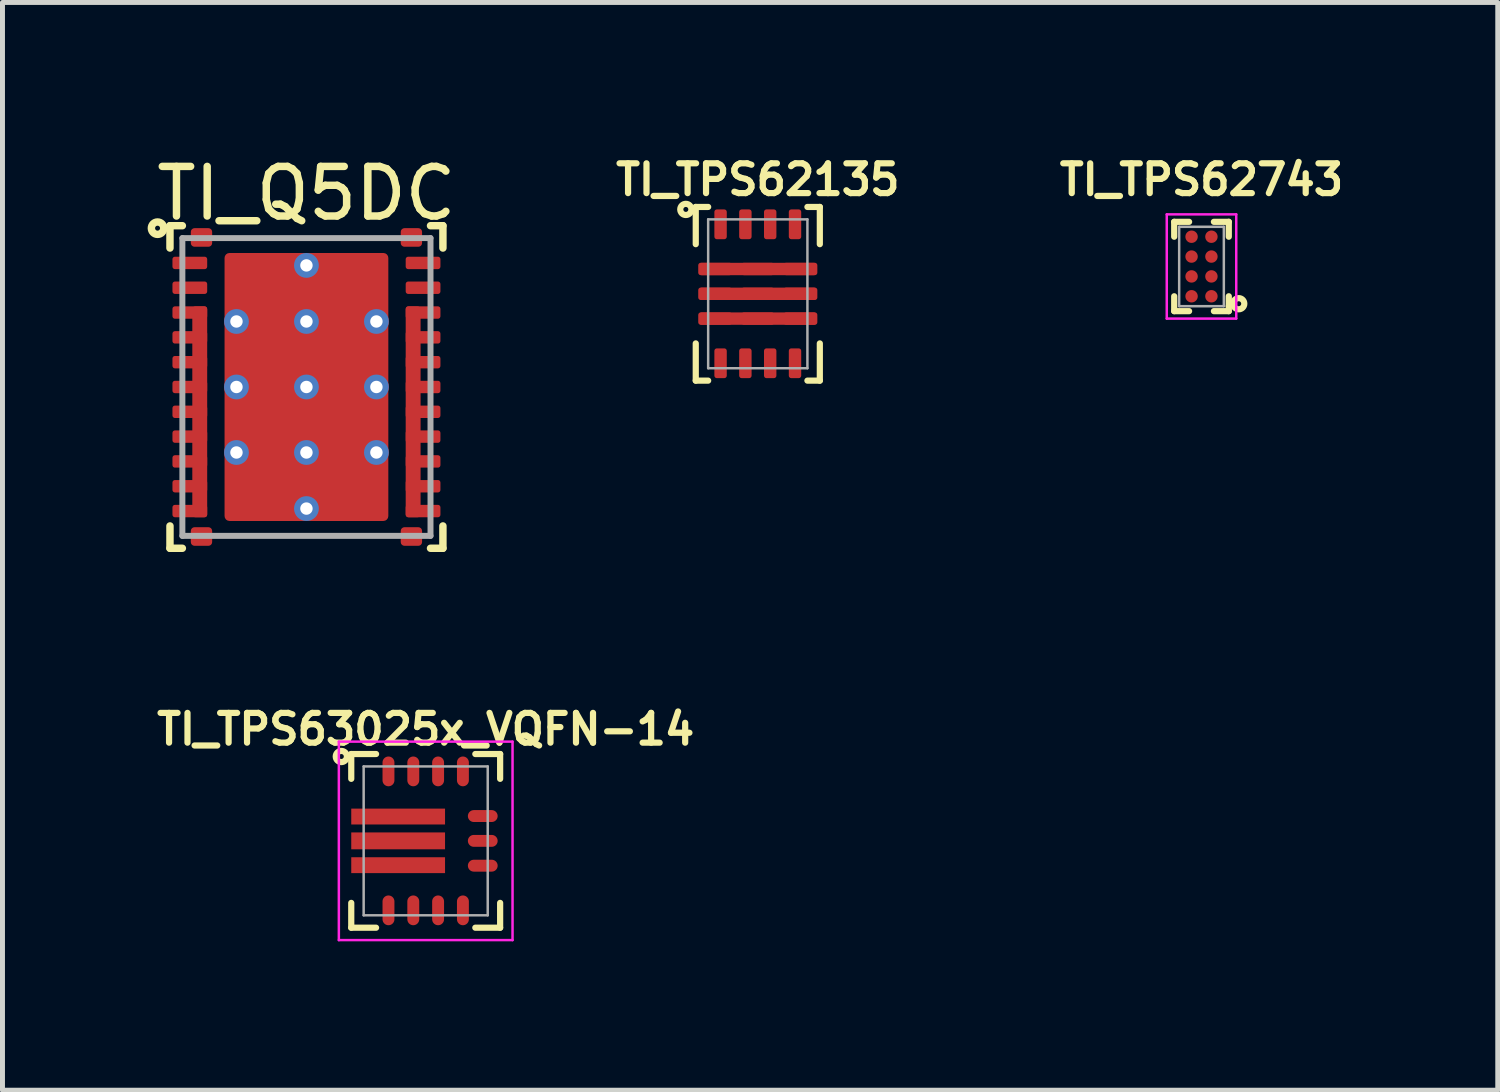
<source format=kicad_pcb>
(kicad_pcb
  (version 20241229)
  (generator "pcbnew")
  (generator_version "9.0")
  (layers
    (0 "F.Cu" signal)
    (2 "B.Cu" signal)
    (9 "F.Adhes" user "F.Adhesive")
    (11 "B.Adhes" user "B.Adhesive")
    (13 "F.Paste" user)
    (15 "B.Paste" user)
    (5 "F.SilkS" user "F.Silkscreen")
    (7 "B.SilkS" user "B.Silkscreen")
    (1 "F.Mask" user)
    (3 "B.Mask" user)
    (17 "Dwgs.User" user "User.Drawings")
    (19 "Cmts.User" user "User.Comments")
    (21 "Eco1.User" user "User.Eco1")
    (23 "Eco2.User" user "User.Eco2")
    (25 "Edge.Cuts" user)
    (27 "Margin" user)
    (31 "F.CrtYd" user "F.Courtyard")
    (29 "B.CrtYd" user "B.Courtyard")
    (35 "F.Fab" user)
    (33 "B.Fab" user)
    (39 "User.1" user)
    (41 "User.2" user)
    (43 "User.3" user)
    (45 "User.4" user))
  (footprint "TI_TPS62743"
    (layer "F.Cu")
    (at 21.161 2.32)
    (property "Reference" "TI_TPS62743" (at 0 -1.75 0) (layer "F.SilkS") (effects (font (size 0.6 0.6) (thickness 0.125))))
    (attr smd)
    (fp_line (start -0.55 -0.9) (end -0.55 -0.6) (stroke (width 0.125) (type solid)) (layer "F.SilkS"))
    (fp_line (start -0.55 -0.9) (end -0.25 -0.9) (stroke (width 0.125) (type solid)) (layer "F.SilkS"))
    (fp_line (start -0.55 0.9) (end -0.55 0.6) (stroke (width 0.125) (type solid)) (layer "F.SilkS"))
    (fp_line (start -0.55 0.9) (end -0.25 0.9) (stroke (width 0.125) (type solid)) (layer "F.SilkS"))
    (fp_line (start 0.55 -0.9) (end 0.25 -0.9) (stroke (width 0.125) (type solid)) (layer "F.SilkS"))
    (fp_line (start 0.55 -0.9) (end 0.55 -0.6) (stroke (width 0.125) (type solid)) (layer "F.SilkS"))
    (fp_line (start 0.55 0.8) (end 0.55 0.6) (stroke (width 0.125) (type solid)) (layer "F.SilkS"))
    (fp_line (start 0.55 0.9) (end 0.25 0.9) (stroke (width 0.125) (type solid)) (layer "F.SilkS"))
    (fp_line (start 0.55 0.9) (end 0.55 0.8) (stroke (width 0.125) (type solid)) (layer "F.SilkS"))
    (fp_circle (center 0.75 0.75) (end 0.8 0.75) (stroke (width 0.125) (type solid)) (fill no) (layer "F.SilkS"))
    (fp_line (start -0.7 -1.05) (end 0.7 -1.05) (stroke (width 0.05) (type solid)) (layer "F.CrtYd"))
    (fp_line (start -0.7 1.05) (end -0.7 -1.05) (stroke (width 0.05) (type solid)) (layer "F.CrtYd"))
    (fp_line (start 0.7 -1.05) (end 0.7 1.05) (stroke (width 0.05) (type solid)) (layer "F.CrtYd"))
    (fp_line (start 0.7 1.05) (end -0.7 1.05) (stroke (width 0.05) (type solid)) (layer "F.CrtYd"))
    (fp_line (start -0.45 -0.8) (end -0.45 0.8) (stroke (width 0.05) (type solid)) (layer "F.Fab"))
    (fp_line (start 0.45 -0.8) (end -0.45 -0.8) (stroke (width 0.05) (type solid)) (layer "F.Fab"))
    (fp_line (start 0.45 0.8) (end -0.45 0.8) (stroke (width 0.05) (type solid)) (layer "F.Fab"))
    (fp_line (start 0.45 0.8) (end 0.45 -0.8) (stroke (width 0.05) (type solid)) (layer "F.Fab"))
    (pad "A1" smd circle (at 0.2 0.6) (size 0.25 0.25) (layers "F.Cu" "F.Mask" "F.Paste"))
    (pad "A2" smd circle (at -0.2 0.6) (size 0.25 0.25) (layers "F.Cu" "F.Mask" "F.Paste"))
    (pad "B1" smd circle (at 0.2 0.2) (size 0.25 0.25) (layers "F.Cu" "F.Mask" "F.Paste"))
    (pad "B2" smd circle (at -0.2 0.2) (size 0.25 0.25) (layers "F.Cu" "F.Mask" "F.Paste"))
    (pad "C1" smd circle (at 0.2 -0.2) (size 0.25 0.25) (layers "F.Cu" "F.Mask" "F.Paste"))
    (pad "C2" smd circle (at -0.2 -0.2) (size 0.25 0.25) (layers "F.Cu" "F.Mask" "F.Paste"))
    (pad "D1" smd circle (at 0.2 -0.6) (size 0.25 0.25) (layers "F.Cu" "F.Mask" "F.Paste"))
    (pad "D2" smd circle (at -0.2 -0.6) (size 0.25 0.25) (layers "F.Cu" "F.Mask" "F.Paste")))
  (footprint "TI_Q5DC"
    (layer "F.Cu")
    (at 3.125 4.748)
    (property "Reference" "TI_Q5DC" (at 0 -3.9 0) (layer "F.SilkS") (effects (font (size 1 1) (thickness 0.15))))
    (attr smd)
    (fp_line (start -2.75 -3.25) (end -2.75 -2.8) (stroke (width 0.15) (type solid)) (layer "F.SilkS"))
    (fp_line (start -2.75 -3.25) (end -2.5 -3.25) (stroke (width 0.15) (type solid)) (layer "F.SilkS"))
    (fp_line (start -2.75 3.25) (end -2.75 2.8) (stroke (width 0.15) (type solid)) (layer "F.SilkS"))
    (fp_line (start -2.75 3.25) (end -2.5 3.25) (stroke (width 0.15) (type solid)) (layer "F.SilkS"))
    (fp_line (start 2.75 -3.25) (end 2.5 -3.25) (stroke (width 0.15) (type solid)) (layer "F.SilkS"))
    (fp_line (start 2.75 -3.25) (end 2.75 -2.8) (stroke (width 0.15) (type solid)) (layer "F.SilkS"))
    (fp_line (start 2.75 3.25) (end 2.5 3.25) (stroke (width 0.15) (type solid)) (layer "F.SilkS"))
    (fp_line (start 2.75 3.25) (end 2.75 2.8) (stroke (width 0.15) (type solid)) (layer "F.SilkS"))
    (fp_circle (center -3 -3.2) (end -3 -3.25) (stroke (width 0.15) (type solid)) (fill no) (layer "F.SilkS"))
    (fp_line (start -2.5 -3) (end 2.5 -3) (stroke (width 0.12) (type solid)) (layer "F.Fab"))
    (fp_line (start -2.5 3) (end -2.5 -3) (stroke (width 0.12) (type solid)) (layer "F.Fab"))
    (fp_line (start 2.5 -3) (end 2.5 3) (stroke (width 0.12) (type solid)) (layer "F.Fab"))
    (fp_line (start 2.5 3) (end -2.5 3) (stroke (width 0.12) (type solid)) (layer "F.Fab"))
    (pad "" smd roundrect (at -0.81 -1.98) (size 1.41 1.12) (layers "F.Paste") (roundrect_rratio 0.089))
    (pad "" smd roundrect (at -0.81 -0.66) (size 1.41 1.12) (layers "F.Paste") (roundrect_rratio 0.089))
    (pad "" smd roundrect (at -0.81 0.66) (size 1.41 1.12) (layers "F.Paste") (roundrect_rratio 0.089))
    (pad "" smd roundrect (at -0.81 1.98) (size 1.41 1.12) (layers "F.Paste") (roundrect_rratio 0.089))
    (pad "" smd roundrect (at 0.81 -1.98) (size 1.41 1.12) (layers "F.Paste") (roundrect_rratio 0.089))
    (pad "" smd roundrect (at 0.81 -0.66) (size 1.41 1.12) (layers "F.Paste") (roundrect_rratio 0.089))
    (pad "" smd roundrect (at 0.81 0.66) (size 1.41 1.12) (layers "F.Paste") (roundrect_rratio 0.089))
    (pad "" smd roundrect (at 0.81 1.98) (size 1.41 1.12) (layers "F.Paste") (roundrect_rratio 0.089))
    (pad "GH" smd roundrect (at -2.35 -2.5) (size 0.7 0.25) (layers "F.Cu" "F.Mask" "F.Paste") (roundrect_rratio 0.2))
    (pad "GL" smd roundrect (at 2.35 -2.5) (size 0.7 0.25) (layers "F.Cu" "F.Mask" "F.Paste") (roundrect_rratio 0.2))
    (pad "NC" smd roundrect (at -2.115 -3.013) (size 0.43 0.375) (layers "F.Cu" "F.Mask" "F.Paste") (roundrect_rratio 0.2))
    (pad "NC" smd roundrect (at -2.115 3.013) (size 0.43 0.375) (layers "F.Cu" "F.Mask" "F.Paste") (roundrect_rratio 0.2))
    (pad "NC" smd roundrect (at 2.115 -3.013) (size 0.43 0.375) (layers "F.Cu" "F.Mask" "F.Paste") (roundrect_rratio 0.2))
    (pad "NC" smd roundrect (at 2.115 3.013) (size 0.43 0.375) (layers "F.Cu" "F.Mask" "F.Paste") (roundrect_rratio 0.2))
    (pad "NC" smd roundrect (at 2.35 -2) (size 0.7 0.25) (layers "F.Cu" "F.Mask" "F.Paste") (roundrect_rratio 0.2))
    (pad "PGND" smd roundrect (at 2.15 0.5) (size 0.3 4.25) (layers "F.Cu" "F.Mask" "F.Paste") (roundrect_rratio 0.2))
    (pad "PGND" smd roundrect (at 2.35 -1.5) (size 0.7 0.25) (layers "F.Cu" "F.Mask" "F.Paste") (roundrect_rratio 0.2))
    (pad "PGND" smd roundrect (at 2.35 -1) (size 0.7 0.25) (layers "F.Cu" "F.Mask" "F.Paste") (roundrect_rratio 0.2))
    (pad "PGND" smd roundrect (at 2.35 -0.5) (size 0.7 0.25) (layers "F.Cu" "F.Mask" "F.Paste") (roundrect_rratio 0.2))
    (pad "PGND" smd roundrect (at 2.35 0) (size 0.7 0.25) (layers "F.Cu" "F.Mask" "F.Paste") (roundrect_rratio 0.2))
    (pad "PGND" smd roundrect (at 2.35 0.5) (size 0.7 0.25) (layers "F.Cu" "F.Mask" "F.Paste") (roundrect_rratio 0.2))
    (pad "PGND" smd roundrect (at 2.35 1) (size 0.7 0.25) (layers "F.Cu" "F.Mask" "F.Paste") (roundrect_rratio 0.2))
    (pad "PGND" smd roundrect (at 2.35 1.5) (size 0.7 0.25) (layers "F.Cu" "F.Mask" "F.Paste") (roundrect_rratio 0.2))
    (pad "PGND" smd roundrect (at 2.35 2) (size 0.7 0.25) (layers "F.Cu" "F.Mask" "F.Paste") (roundrect_rratio 0.2))
    (pad "PGND" smd roundrect (at 2.35 2.5) (size 0.7 0.25) (layers "F.Cu" "F.Mask" "F.Paste") (roundrect_rratio 0.2))
    (pad "SH" smd roundrect (at -2.35 -2) (size 0.7 0.25) (layers "F.Cu" "F.Mask" "F.Paste") (roundrect_rratio 0.2))
    (pad "VIN" thru_hole circle (at -1.41 -1.32) (size 0.5 0.5) (drill 0.25) (layers "*.Cu" "F.Mask"))
    (pad "VIN" thru_hole circle (at -1.41 0) (size 0.5 0.5) (drill 0.25) (layers "*.Cu" "F.Mask"))
    (pad "VIN" thru_hole circle (at -1.41 1.32) (size 0.5 0.5) (drill 0.25) (layers "*.Cu" "F.Mask"))
    (pad "VIN" thru_hole circle (at 0 -2.45) (size 0.5 0.5) (drill 0.25) (layers "*.Cu" "F.Mask"))
    (pad "VIN" thru_hole circle (at 0 -1.32) (size 0.5 0.5) (drill 0.25) (layers "*.Cu" "F.Mask"))
    (pad "VIN" thru_hole circle (at 0 0) (size 0.5 0.5) (drill 0.25) (layers "*.Cu" "F.Mask"))
    (pad "VIN" smd roundrect (at 0 0) (size 3.3 5.4) (layers "F.Cu" "F.Mask") (roundrect_rratio 0.03))
    (pad "VIN" thru_hole circle (at 0 1.32) (size 0.5 0.5) (drill 0.25) (layers "*.Cu" "F.Mask"))
    (pad "VIN" thru_hole circle (at 0 2.45) (size 0.5 0.5) (drill 0.25) (layers "*.Cu" "F.Mask"))
    (pad "VIN" thru_hole circle (at 1.41 -1.32) (size 0.5 0.5) (drill 0.25) (layers "*.Cu" "F.Mask"))
    (pad "VIN" thru_hole circle (at 1.41 0) (size 0.5 0.5) (drill 0.25) (layers "*.Cu" "F.Mask"))
    (pad "VIN" thru_hole circle (at 1.41 1.32) (size 0.5 0.5) (drill 0.25) (layers "*.Cu" "F.Mask"))
    (pad "VSW" smd roundrect (at -2.35 -1.5) (size 0.7 0.25) (layers "F.Cu" "F.Mask" "F.Paste") (roundrect_rratio 0.2))
    (pad "VSW" smd roundrect (at -2.35 -1) (size 0.7 0.25) (layers "F.Cu" "F.Mask" "F.Paste") (roundrect_rratio 0.2))
    (pad "VSW" smd roundrect (at -2.35 -0.5) (size 0.7 0.25) (layers "F.Cu" "F.Mask" "F.Paste") (roundrect_rratio 0.2))
    (pad "VSW" smd roundrect (at -2.35 0) (size 0.7 0.25) (layers "F.Cu" "F.Mask" "F.Paste") (roundrect_rratio 0.2))
    (pad "VSW" smd roundrect (at -2.35 0.5) (size 0.7 0.25) (layers "F.Cu" "F.Mask" "F.Paste") (roundrect_rratio 0.2))
    (pad "VSW" smd roundrect (at -2.35 1) (size 0.7 0.25) (layers "F.Cu" "F.Mask" "F.Paste") (roundrect_rratio 0.2))
    (pad "VSW" smd roundrect (at -2.35 1.5) (size 0.7 0.25) (layers "F.Cu" "F.Mask" "F.Paste") (roundrect_rratio 0.2))
    (pad "VSW" smd roundrect (at -2.35 2) (size 0.7 0.25) (layers "F.Cu" "F.Mask" "F.Paste") (roundrect_rratio 0.2))
    (pad "VSW" smd roundrect (at -2.35 2.5) (size 0.7 0.25) (layers "F.Cu" "F.Mask" "F.Paste") (roundrect_rratio 0.2))
    (pad "VSW" smd roundrect (at -2.15 0.5) (size 0.3 4.25) (layers "F.Cu" "F.Mask" "F.Paste") (roundrect_rratio 0.2)))
  (footprint "TI_TPS62135"
    (layer "F.Cu")
    (at 12.22 2.87)
    (property "Reference" "TI_TPS62135" (at 0 -2.3 0) (layer "F.SilkS") (effects (font (size 0.6 0.6) (thickness 0.125))))
    (attr smd)
    (fp_line (start -1.25 -1.75) (end -1.25 -1) (stroke (width 0.125) (type solid)) (layer "F.SilkS"))
    (fp_line (start -1.25 -1.75) (end -1 -1.75) (stroke (width 0.125) (type solid)) (layer "F.SilkS"))
    (fp_line (start -1.25 1.75) (end -1.25 1) (stroke (width 0.125) (type solid)) (layer "F.SilkS"))
    (fp_line (start -1 1.75) (end -1.25 1.75) (stroke (width 0.125) (type solid)) (layer "F.SilkS"))
    (fp_line (start 1 -1.75) (end 1.25 -1.75) (stroke (width 0.125) (type solid)) (layer "F.SilkS"))
    (fp_line (start 1 1.75) (end 1.25 1.75) (stroke (width 0.125) (type solid)) (layer "F.SilkS"))
    (fp_line (start 1.25 -1.75) (end 1.25 -1) (stroke (width 0.125) (type solid)) (layer "F.SilkS"))
    (fp_line (start 1.25 1.75) (end 1.25 1) (stroke (width 0.125) (type solid)) (layer "F.SilkS"))
    (fp_circle (center -1.45 -1.7) (end -1.45 -1.75) (stroke (width 0.125) (type solid)) (fill no) (layer "F.SilkS"))
    (fp_line (start -1 -1.5) (end -1 1.5) (stroke (width 0.05) (type solid)) (layer "F.Fab"))
    (fp_line (start -1 1.5) (end 1 1.5) (stroke (width 0.05) (type solid)) (layer "F.Fab"))
    (fp_line (start 1 -1.5) (end -1 -1.5) (stroke (width 0.05) (type solid)) (layer "F.Fab"))
    (fp_line (start 1 1.5) (end 1 -1.5) (stroke (width 0.05) (type solid)) (layer "F.Fab"))
    (pad "1" smd roundrect (at -0.85 -0.5) (size 0.66 0.25) (layers "F.Cu" "F.Mask" "F.Paste") (roundrect_rratio 0.2))
    (pad "1" smd roundrect (at 0 -0.5) (size 0.66 0.25) (layers "F.Cu" "F.Mask" "F.Paste") (roundrect_rratio 0.2))
    (pad "1" smd roundrect (at 0 -0.5) (size 2.4 0.25) (layers "F.Cu" "F.Mask") (roundrect_rratio 0.2))
    (pad "1" smd roundrect (at 0.85 -0.5) (size 0.66 0.25) (layers "F.Cu" "F.Mask" "F.Paste") (roundrect_rratio 0.2))
    (pad "2" smd roundrect (at -0.85 0) (size 0.66 0.25) (layers "F.Cu" "F.Mask" "F.Paste") (roundrect_rratio 0.2))
    (pad "2" smd roundrect (at 0 0) (size 0.66 0.25) (layers "F.Cu" "F.Mask" "F.Paste") (roundrect_rratio 0.2))
    (pad "2" smd roundrect (at 0 0) (size 2.4 0.25) (layers "F.Cu" "F.Mask") (roundrect_rratio 0.2))
    (pad "2" smd roundrect (at 0.85 0) (size 0.66 0.25) (layers "F.Cu" "F.Mask" "F.Paste") (roundrect_rratio 0.2))
    (pad "3" smd roundrect (at -0.85 0.5) (size 0.66 0.25) (layers "F.Cu" "F.Mask" "F.Paste") (roundrect_rratio 0.2))
    (pad "3" smd roundrect (at 0 0.5) (size 0.66 0.25) (layers "F.Cu" "F.Mask" "F.Paste") (roundrect_rratio 0.2))
    (pad "3" smd roundrect (at 0 0.5) (size 2.4 0.25) (layers "F.Cu" "F.Mask") (roundrect_rratio 0.2))
    (pad "3" smd roundrect (at 0.85 0.5) (size 0.66 0.25) (layers "F.Cu" "F.Mask" "F.Paste") (roundrect_rratio 0.2))
    (pad "4" smd roundrect (at -0.75 1.4) (size 0.25 0.6) (layers "F.Cu" "F.Mask" "F.Paste") (roundrect_rratio 0.2))
    (pad "5" smd roundrect (at -0.25 1.4) (size 0.25 0.6) (layers "F.Cu" "F.Mask" "F.Paste") (roundrect_rratio 0.2))
    (pad "6" smd roundrect (at 0.25 1.4) (size 0.25 0.6) (layers "F.Cu" "F.Mask" "F.Paste") (roundrect_rratio 0.2))
    (pad "7" smd roundrect (at 0.75 1.4) (size 0.25 0.6) (layers "F.Cu" "F.Mask" "F.Paste") (roundrect_rratio 0.2))
    (pad "8" smd roundrect (at 0.75 -1.4) (size 0.25 0.6) (layers "F.Cu" "F.Mask" "F.Paste") (roundrect_rratio 0.2))
    (pad "9" smd roundrect (at 0.25 -1.4) (size 0.25 0.6) (layers "F.Cu" "F.Mask" "F.Paste") (roundrect_rratio 0.2))
    (pad "10" smd roundrect (at -0.25 -1.4) (size 0.25 0.6) (layers "F.Cu" "F.Mask" "F.Paste") (roundrect_rratio 0.2))
    (pad "11" smd roundrect (at -0.75 -1.4) (size 0.25 0.6) (layers "F.Cu" "F.Mask" "F.Paste") (roundrect_rratio 0.2)))
  (footprint "TI_TPS63025x_VQFN-14"
    (layer "F.Cu")
    (at 5.528 13.894)
    (property "Reference" "TI_TPS63025x_VQFN-14" (at 0 -2.25 0) (layer "F.SilkS") (effects (font (size 0.6 0.6) (thickness 0.125))))
    (attr smd)
    (fp_line (start -1.5 -1.75) (end -1.5 -1.25) (stroke (width 0.125) (type solid)) (layer "F.SilkS"))
    (fp_line (start -1.5 -1.75) (end -1 -1.75) (stroke (width 0.125) (type solid)) (layer "F.SilkS"))
    (fp_line (start -1.5 1.75) (end -1.5 1.25) (stroke (width 0.125) (type solid)) (layer "F.SilkS"))
    (fp_line (start -1 1.75) (end -1.5 1.75) (stroke (width 0.125) (type solid)) (layer "F.SilkS"))
    (fp_line (start 1 -1.75) (end 1.5 -1.75) (stroke (width 0.125) (type solid)) (layer "F.SilkS"))
    (fp_line (start 1.5 -1.75) (end 1.5 -1.25) (stroke (width 0.125) (type solid)) (layer "F.SilkS"))
    (fp_line (start 1.5 1.25) (end 1.5 1.75) (stroke (width 0.125) (type solid)) (layer "F.SilkS"))
    (fp_line (start 1.5 1.75) (end 1 1.75) (stroke (width 0.125) (type solid)) (layer "F.SilkS"))
    (fp_circle (center -1.7 -1.7) (end -1.7 -1.75) (stroke (width 0.125) (type solid)) (fill no) (layer "F.SilkS"))
    (fp_line (start -1.75 -2) (end 1.75 -2) (stroke (width 0.05) (type solid)) (layer "F.CrtYd"))
    (fp_line (start -1.75 2) (end -1.75 -2) (stroke (width 0.05) (type solid)) (layer "F.CrtYd"))
    (fp_line (start 1.75 -2) (end 1.75 2) (stroke (width 0.05) (type solid)) (layer "F.CrtYd"))
    (fp_line (start 1.75 2) (end -1.75 2) (stroke (width 0.05) (type solid)) (layer "F.CrtYd"))
    (fp_line (start -1.25 -1.5) (end 1.25 -1.5) (stroke (width 0.05) (type solid)) (layer "F.Fab"))
    (fp_line (start -1.25 1.5) (end -1.25 -1.5) (stroke (width 0.05) (type solid)) (layer "F.Fab"))
    (fp_line (start 1.25 -1.5) (end 1.25 1.5) (stroke (width 0.05) (type solid)) (layer "F.Fab"))
    (fp_line (start 1.25 1.5) (end -1.25 1.5) (stroke (width 0.05) (type solid)) (layer "F.Fab"))
    (pad "1" smd rect (at -1.05 -0.49) (size 0.8 0.24) (layers "F.Cu" "F.Paste"))
    (pad "1" smd rect (at -0.555 -0.49) (size 1.89 0.32) (layers "F.Cu" "F.Mask"))
    (pad "1" smd rect (at -0.05 -0.49) (size 0.8 0.24) (layers "F.Cu" "F.Paste"))
    (pad "2" smd rect (at -1.05 0) (size 0.8 0.24) (layers "F.Cu" "F.Paste"))
    (pad "2" smd rect (at -0.555 0) (size 1.89 0.34) (layers "F.Cu" "F.Mask"))
    (pad "2" smd rect (at -0.05 0) (size 0.8 0.24) (layers "F.Cu" "F.Paste"))
    (pad "3" smd rect (at -1.05 0.49) (size 0.8 0.24) (layers "F.Cu" "F.Paste"))
    (pad "3" smd rect (at -0.555 0.49) (size 1.89 0.32) (layers "F.Cu" "F.Mask"))
    (pad "3" smd rect (at -0.05 0.49) (size 0.8 0.24) (layers "F.Cu" "F.Paste"))
    (pad "4" smd oval (at -0.75 1.4) (size 0.24 0.6) (layers "F.Cu" "F.Mask" "F.Paste"))
    (pad "5" smd oval (at -0.25 1.4) (size 0.24 0.6) (layers "F.Cu" "F.Mask" "F.Paste"))
    (pad "6" smd oval (at 0.25 1.4) (size 0.24 0.6) (layers "F.Cu" "F.Mask" "F.Paste"))
    (pad "7" smd oval (at 0.75 1.4) (size 0.24 0.6) (layers "F.Cu" "F.Mask" "F.Paste"))
    (pad "8" smd oval (at 1.15 0.5 90) (size 0.24 0.6) (layers "F.Cu" "F.Mask" "F.Paste"))
    (pad "9" smd oval (at 1.15 0 90) (size 0.24 0.6) (layers "F.Cu" "F.Mask" "F.Paste"))
    (pad "10" smd oval (at 1.15 -0.5 90) (size 0.24 0.6) (layers "F.Cu" "F.Mask" "F.Paste"))
    (pad "11" smd oval (at 0.75 -1.4) (size 0.24 0.6) (layers "F.Cu" "F.Mask" "F.Paste"))
    (pad "12" smd oval (at 0.25 -1.4) (size 0.24 0.6) (layers "F.Cu" "F.Mask" "F.Paste"))
    (pad "13" smd oval (at -0.25 -1.4) (size 0.24 0.6) (layers "F.Cu" "F.Mask" "F.Paste"))
    (pad "14" smd oval (at -0.75 -1.4) (size 0.24 0.6) (layers "F.Cu" "F.Mask" "F.Paste")))
  (gr_rect
    (start -3 -3)
    (end 27.131 18.919)
    (stroke (width 0.1) (type default))
    (fill no)
    (layer "Edge.Cuts")))
</source>
